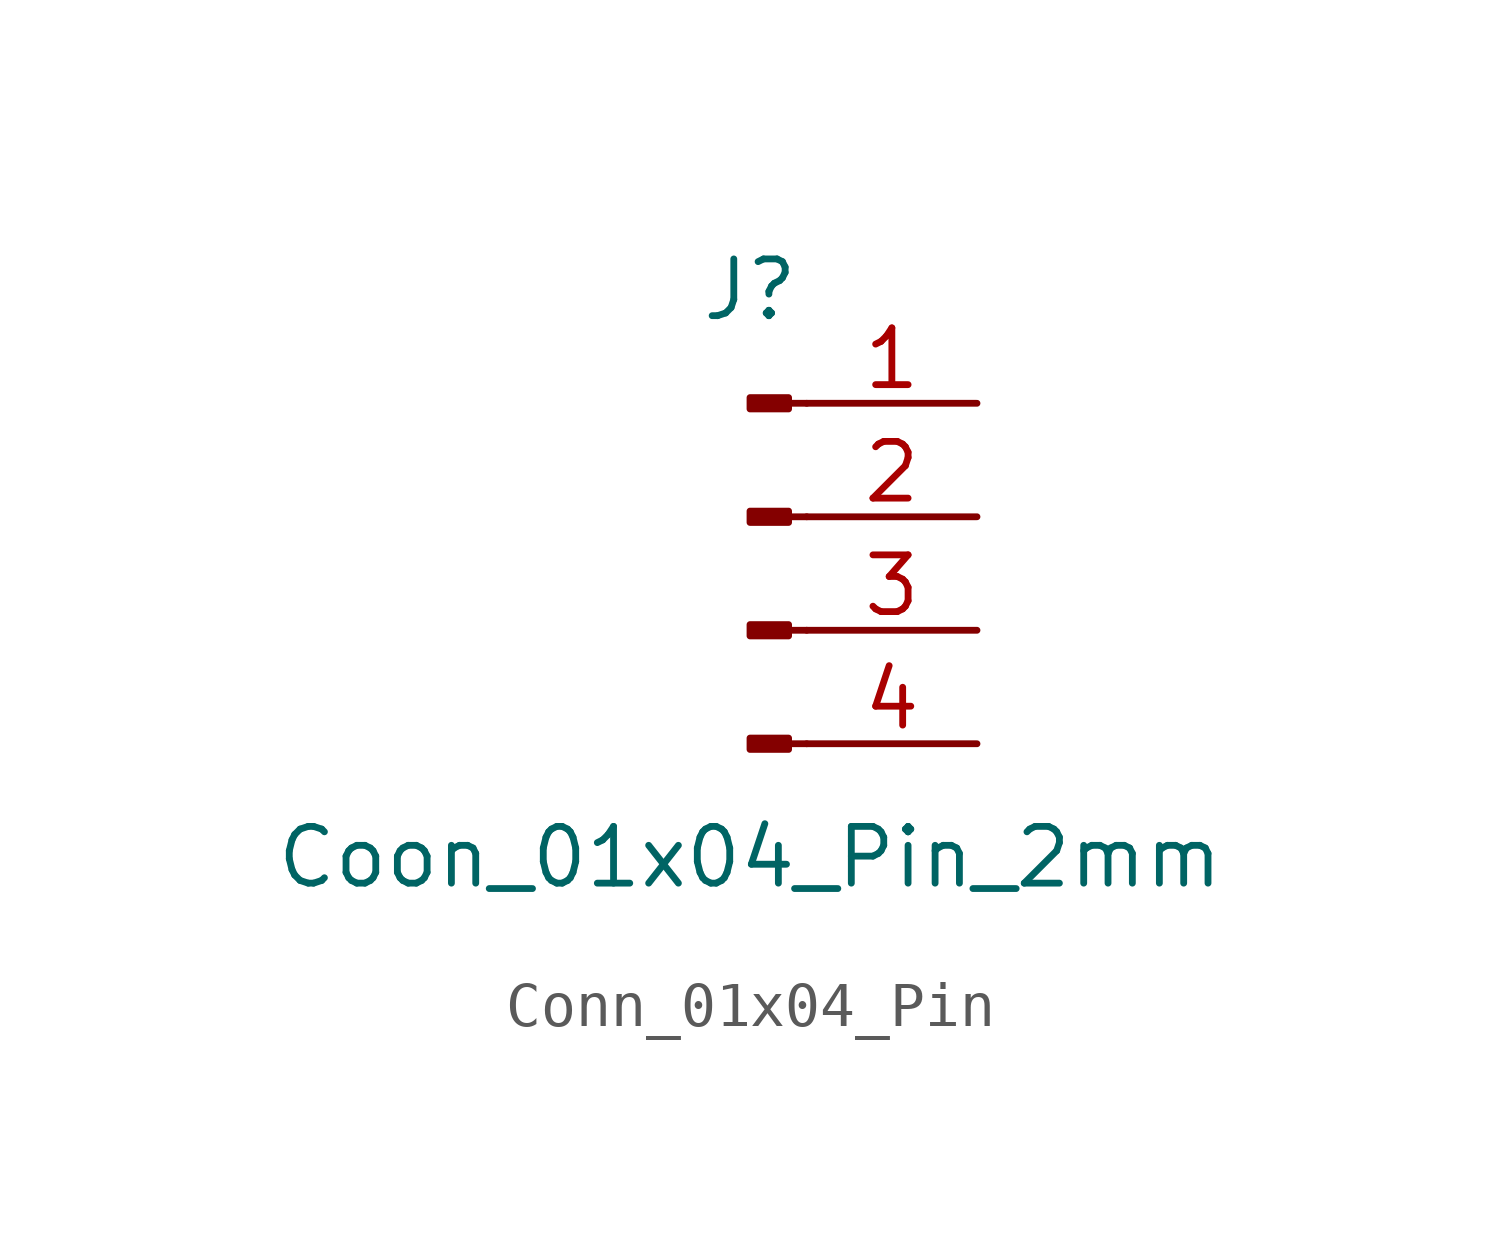
<source format=kicad_sym>
(kicad_symbol_lib
  (version 20231120)
  (generator "kicad_symbol_editor")
  (generator_version "8.0")
  (symbol "Conn_01x04_Pin"
    (pin_names
      (offset 1.016) hide)
    (property "Reference" "J"
      (at 0 5.08 0)
      (effects (font (size 1.27 1.27))))
    (property "Value" "Coon_01x04_Pin_2mm"
      (at 0 -7.62 0)
      (effects (font (size 1.27 1.27))))
    (property "ki_locked" ""
      (at 0 0 0)
      (effects (font (size 1.27 1.27))))
    (symbol "Conn_01x04_Pin_1_1"
      (polyline (pts (xy 1.27 -5.08) (xy 0.864 -5.08)) (stroke (width 0.152) (type default)) (fill (type none)))
      (polyline (pts (xy 1.27 -2.54) (xy 0.864 -2.54)) (stroke (width 0.152) (type default)) (fill (type none)))
      (polyline (pts (xy 1.27 0) (xy 0.864 0)) (stroke (width 0.152) (type default)) (fill (type none)))
      (polyline (pts (xy 1.27 2.54) (xy 0.864 2.54)) (stroke (width 0.152) (type default)) (fill (type none)))
      (rectangle (start 0.864 -4.953) (end 0 -5.207) (stroke (width 0.152) (type default)) (fill (type outline)))
      (rectangle (start 0.864 -2.413) (end 0 -2.667) (stroke (width 0.152) (type default)) (fill (type outline)))
      (rectangle (start 0.864 0.127) (end 0 -0.127) (stroke (width 0.152) (type default)) (fill (type outline)))
      (rectangle (start 0.864 2.667) (end 0 2.413) (stroke (width 0.152) (type default)) (fill (type outline)))
      (pin passive line (at 5.08 2.54 180) (length 3.81) (name "Pin_1" (effects (font (size 1.27 1.27)))) (number "1" (effects (font (size 1.27 1.27)))))
      (pin passive line (at 5.08 0 180) (length 3.81) (name "Pin_2" (effects (font (size 1.27 1.27)))) (number "2" (effects (font (size 1.27 1.27)))))
      (pin passive line (at 5.08 -2.54 180) (length 3.81) (name "Pin_3" (effects (font (size 1.27 1.27)))) (number "3" (effects (font (size 1.27 1.27)))))
      (pin passive line (at 5.08 -5.08 180) (length 3.81) (name "Pin_4" (effects (font (size 1.27 1.27)))) (number "4" (effects (font (size 1.27 1.27))))))))
</source>
